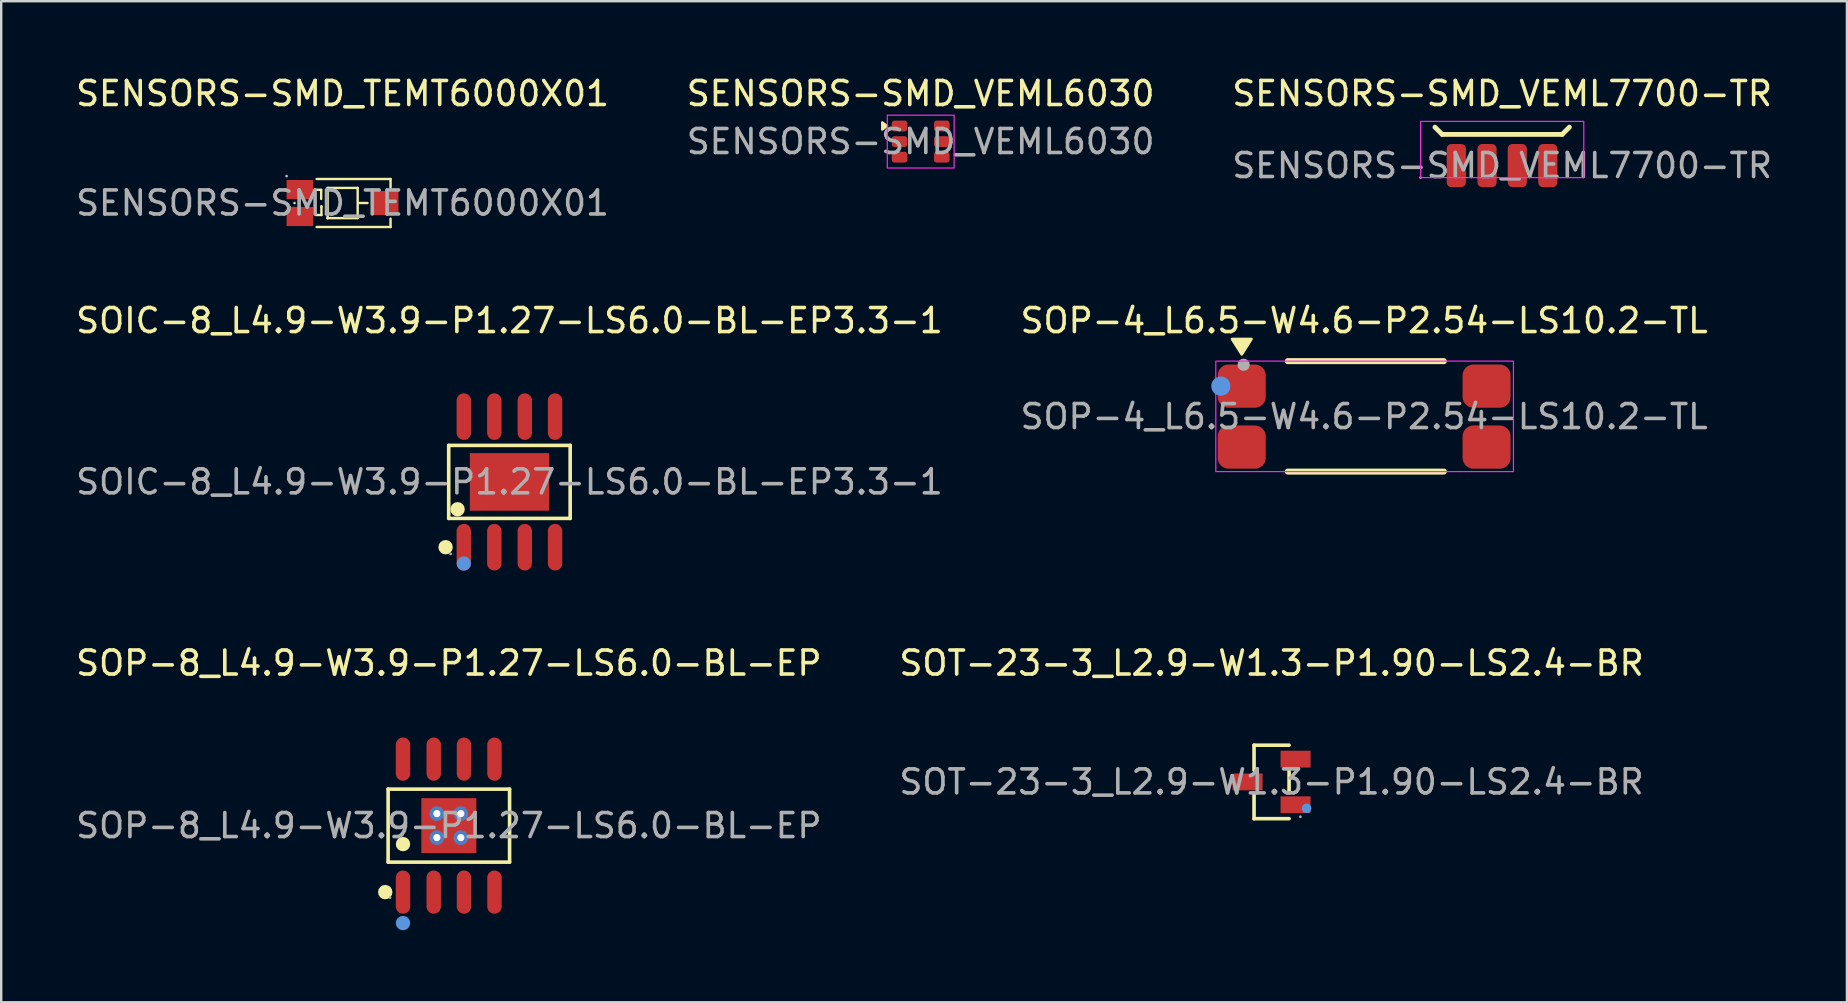
<source format=kicad_pcb>
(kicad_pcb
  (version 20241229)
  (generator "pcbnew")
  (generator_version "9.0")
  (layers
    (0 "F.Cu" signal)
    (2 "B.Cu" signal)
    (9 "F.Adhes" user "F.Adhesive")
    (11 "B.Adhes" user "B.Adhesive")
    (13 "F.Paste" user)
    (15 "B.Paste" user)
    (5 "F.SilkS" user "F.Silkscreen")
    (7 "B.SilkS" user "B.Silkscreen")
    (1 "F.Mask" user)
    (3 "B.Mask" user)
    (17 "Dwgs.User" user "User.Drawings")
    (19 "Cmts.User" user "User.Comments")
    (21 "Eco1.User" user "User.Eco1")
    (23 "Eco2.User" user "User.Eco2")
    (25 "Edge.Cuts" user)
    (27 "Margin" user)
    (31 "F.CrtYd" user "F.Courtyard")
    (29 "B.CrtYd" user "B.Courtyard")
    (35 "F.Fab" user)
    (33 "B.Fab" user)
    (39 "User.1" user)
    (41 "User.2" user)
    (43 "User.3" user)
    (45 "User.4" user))
  (footprint "SENSORS-SMD_VEML6030"
    (layer "F.Cu")
    (at 35.304 2.848)
    (property "Reference" "SENSORS-SMD_VEML6030" (at 0 -2 0) (layer "F.SilkS") (effects (font (size 1 1) (thickness 0.15))))
    (attr smd)
    (fp_poly (pts (xy -1.4 -0.65) (xy -1.6 -0.5) (xy -1.6 -0.8)) (stroke (width 0.1) (type solid)) (fill yes) (layer "F.SilkS"))
    (fp_rect (start -1.39 -1.1) (end 1.395 1.1) (stroke (width 0.05) (type default)) (fill no) (layer "F.CrtYd"))
    (fp_text user "${REFERENCE}" (at 0 0 0) (layer "F.Fab") (effects (font (size 1 1) (thickness 0.15))))
    (pad "1" smd roundrect (at -0.88 -0.65 180) (size 0.65 0.45) (layers "F.Cu" "F.Mask" "F.Paste") (roundrect_rratio 0.25))
    (pad "2" smd roundrect (at -0.88 0 180) (size 0.65 0.45) (layers "F.Cu" "F.Mask" "F.Paste") (roundrect_rratio 0.25))
    (pad "3" smd roundrect (at -0.88 0.65 180) (size 0.65 0.45) (layers "F.Cu" "F.Mask" "F.Paste") (roundrect_rratio 0.25))
    (pad "4" smd roundrect (at 0.88 0.65 180) (size 0.65 0.45) (layers "F.Cu" "F.Mask" "F.Paste") (roundrect_rratio 0.25))
    (pad "5" smd roundrect (at 0.88 0 180) (size 0.65 0.45) (layers "F.Cu" "F.Mask" "F.Paste") (roundrect_rratio 0.25))
    (pad "6" smd roundrect (at 0.88 -0.65 180) (size 0.65 0.45) (layers "F.Cu" "F.Mask" "F.Paste") (roundrect_rratio 0.25)))
  (footprint "SOP-8_L4.9-W3.9-P1.27-LS6.0-BL-EP"
    (layer "F.Cu")
    (at 15.649 31.345)
    (property "Reference" "SOP-8_L4.9-W3.9-P1.27-LS6.0-BL-EP" (at 0 -6.77 0) (layer "F.SilkS") (effects (font (size 1 1) (thickness 0.15))))
    (attr smd)
    (fp_line (start -2.53 -1.52) (end 2.53 -1.52) (stroke (width 0.15) (type solid)) (layer "F.SilkS"))
    (fp_line (start -2.53 1.52) (end -2.53 -1.52) (stroke (width 0.15) (type solid)) (layer "F.SilkS"))
    (fp_line (start 2.53 -1.52) (end 2.53 1.52) (stroke (width 0.15) (type solid)) (layer "F.SilkS"))
    (fp_line (start 2.53 1.52) (end -2.53 1.52) (stroke (width 0.15) (type solid)) (layer "F.SilkS"))
    (fp_circle (center -2.65 2.77) (end -2.5 2.77) (stroke (width 0.3) (type solid)) (fill no) (layer "F.SilkS"))
    (fp_circle (center -1.91 0.77) (end -1.76 0.77) (stroke (width 0.3) (type solid)) (fill no) (layer "F.SilkS"))
    (fp_circle (center -1.91 4.06) (end -1.76 4.06) (stroke (width 0.3) (type solid)) (fill no) (layer "Cmts.User"))
    (fp_circle (center -2.45 3) (end -2.42 3) (stroke (width 0.06) (type solid)) (fill no) (layer "F.Fab"))
    (fp_text user "${REFERENCE}" (at 0 0 0) (layer "F.Fab") (effects (font (size 1 1) (thickness 0.15))))
    (pad "" thru_hole circle (at -0.5 -0.5) (size 0.61 0.61) (drill 0.3) (layers "*.Cu" "*.Paste" "*.Mask"))
    (pad "" thru_hole circle (at -0.5 0.5) (size 0.61 0.61) (drill 0.3) (layers "*.Cu" "*.Paste" "*.Mask"))
    (pad "" thru_hole circle (at 0.5 -0.5) (size 0.61 0.61) (drill 0.3) (layers "*.Cu" "*.Paste" "*.Mask"))
    (pad "" thru_hole circle (at 0.5 0.5) (size 0.61 0.61) (drill 0.3) (layers "*.Cu" "*.Paste" "*.Mask"))
    (pad "1" smd oval (at -1.91 2.77) (size 0.6 1.8) (layers "F.Cu" "F.Mask" "F.Paste"))
    (pad "2" smd oval (at -0.63 2.77) (size 0.6 1.8) (layers "F.Cu" "F.Mask" "F.Paste"))
    (pad "3" smd oval (at 0.63 2.77) (size 0.6 1.8) (layers "F.Cu" "F.Mask" "F.Paste"))
    (pad "4" smd oval (at 1.9 2.77) (size 0.6 1.8) (layers "F.Cu" "F.Mask" "F.Paste"))
    (pad "5" smd oval (at 1.9 -2.77) (size 0.6 1.8) (layers "F.Cu" "F.Mask" "F.Paste"))
    (pad "6" smd oval (at 0.63 -2.77) (size 0.6 1.8) (layers "F.Cu" "F.Mask" "F.Paste"))
    (pad "7" smd oval (at -0.63 -2.77) (size 0.6 1.8) (layers "F.Cu" "F.Mask" "F.Paste"))
    (pad "8" smd oval (at -1.91 -2.77) (size 0.6 1.8) (layers "F.Cu" "F.Mask" "F.Paste"))
    (pad "9" smd rect (at 0 0) (size 2.29 2.29) (layers "F.Cu" "F.Mask" "F.Paste")))
  (footprint "SOIC-8_L4.9-W3.9-P1.27-LS6.0-BL-EP3.3-1"
    (layer "F.Cu")
    (at 18.173 17.026)
    (property "Reference" "SOIC-8_L4.9-W3.9-P1.27-LS6.0-BL-EP3.3-1" (at 0 -6.72 0) (layer "F.SilkS") (effects (font (size 1 1) (thickness 0.15))))
    (attr smd)
    (fp_line (start -2.53 -1.52) (end 2.53 -1.52) (stroke (width 0.15) (type solid)) (layer "F.SilkS"))
    (fp_line (start -2.53 1.52) (end -2.53 -1.52) (stroke (width 0.15) (type solid)) (layer "F.SilkS"))
    (fp_line (start 2.53 -1.52) (end 2.53 1.52) (stroke (width 0.15) (type solid)) (layer "F.SilkS"))
    (fp_line (start 2.53 1.52) (end -2.53 1.52) (stroke (width 0.15) (type solid)) (layer "F.SilkS"))
    (fp_circle (center -2.66 2.72) (end -2.51 2.72) (stroke (width 0.3) (type solid)) (fill no) (layer "F.SilkS"))
    (fp_circle (center -2.16 1.14) (end -2.01 1.14) (stroke (width 0.3) (type solid)) (fill no) (layer "F.SilkS"))
    (fp_circle (center -1.9 3.4) (end -1.75 3.4) (stroke (width 0.3) (type solid)) (fill no) (layer "Cmts.User"))
    (fp_circle (center -2.45 3) (end -2.42 3) (stroke (width 0.06) (type solid)) (fill no) (layer "F.Fab"))
    (fp_text user "${REFERENCE}" (at 0 0 0) (layer "F.Fab") (effects (font (size 1 1) (thickness 0.15))))
    (pad "1" smd oval (at -1.9 2.72) (size 0.6 1.94) (layers "F.Cu" "F.Mask" "F.Paste"))
    (pad "2" smd oval (at -0.63 2.72) (size 0.6 1.94) (layers "F.Cu" "F.Mask" "F.Paste"))
    (pad "3" smd oval (at 0.64 2.72) (size 0.6 1.94) (layers "F.Cu" "F.Mask" "F.Paste"))
    (pad "4" smd oval (at 1.9 2.72) (size 0.6 1.94) (layers "F.Cu" "F.Mask" "F.Paste"))
    (pad "5" smd oval (at 1.9 -2.72) (size 0.6 1.94) (layers "F.Cu" "F.Mask" "F.Paste"))
    (pad "6" smd oval (at 0.64 -2.72) (size 0.6 1.94) (layers "F.Cu" "F.Mask" "F.Paste"))
    (pad "7" smd oval (at -0.63 -2.72) (size 0.6 1.94) (layers "F.Cu" "F.Mask" "F.Paste"))
    (pad "8" smd oval (at -1.9 -2.72) (size 0.6 1.94) (layers "F.Cu" "F.Mask" "F.Paste"))
    (pad "9" smd rect (at 0 0) (size 3.3 2.4) (layers "F.Cu" "F.Mask" "F.Paste")))
  (footprint "SENSORS-SMD_TEMT6000X01"
    (layer "F.Cu")
    (at 11.22 5.408)
    (property "Reference" "SENSORS-SMD_TEMT6000X01" (at 0 -4.56 0) (layer "F.SilkS") (effects (font (size 1 1) (thickness 0.15))))
    (attr smd)
    (fp_line (start -2 0) (end -2 0) (stroke (width 0.1) (type solid)) (layer "F.SilkS"))
    (fp_line (start -1.12 -0.55) (end -0.89 -0.55) (stroke (width 0.1) (type solid)) (layer "F.SilkS"))
    (fp_line (start -1.12 0.5) (end -0.88 0.5) (stroke (width 0.1) (type solid)) (layer "F.SilkS"))
    (fp_line (start -1.08 -1) (end 2 -1) (stroke (width 0.1) (type solid)) (layer "F.SilkS"))
    (fp_line (start -0.89 -0.55) (end -0.89 -0.17) (stroke (width 0.1) (type solid)) (layer "F.SilkS"))
    (fp_line (start -0.88 0.14) (end -0.88 0.15) (stroke (width 0.1) (type solid)) (layer "F.SilkS"))
    (fp_line (start -0.88 0.5) (end -0.88 0.14) (stroke (width 0.1) (type solid)) (layer "F.SilkS"))
    (fp_line (start -0.62 -0.62) (end -0.62 0.63) (stroke (width 0.1) (type solid)) (layer "F.SilkS"))
    (fp_line (start -0.62 0.63) (end -0.62 0.63) (stroke (width 0.1) (type solid)) (layer "F.SilkS"))
    (fp_line (start -0.62 0.63) (end 0.63 0.63) (stroke (width 0.1) (type solid)) (layer "F.SilkS"))
    (fp_line (start -0.61 -0.63) (end -0.62 -0.62) (stroke (width 0.1) (type solid)) (layer "F.SilkS"))
    (fp_line (start 0.63 -0.63) (end -0.61 -0.63) (stroke (width 0.1) (type solid)) (layer "F.SilkS"))
    (fp_line (start 0.63 0.63) (end 0.63 -0.63) (stroke (width 0.1) (type solid)) (layer "F.SilkS"))
    (fp_line (start 0.66 0) (end 1.04 0) (stroke (width 0.1) (type solid)) (layer "F.SilkS"))
    (fp_line (start 2 -1) (end 2 -0.65) (stroke (width 0.1) (type solid)) (layer "F.SilkS"))
    (fp_line (start 2 0.65) (end 2 1) (stroke (width 0.1) (type solid)) (layer "F.SilkS"))
    (fp_line (start 2 1) (end -1.08 1) (stroke (width 0.1) (type solid)) (layer "F.SilkS"))
    (fp_circle (center -2.33 -1.12) (end -2.3 -1.12) (stroke (width 0.06) (type solid)) (fill no) (layer "F.Fab"))
    (fp_text user "${REFERENCE}" (at 0 0 0) (layer "F.Fab") (effects (font (size 1 1) (thickness 0.15))))
    (pad "1" smd rect (at -1.78 -0.56) (size 1.1 0.8) (layers "F.Cu" "F.Mask" "F.Paste"))
    (pad "2" smd rect (at -1.78 0.56) (size 1.1 0.8) (layers "F.Cu" "F.Mask" "F.Paste"))
    (pad "3" smd rect (at 1.78 0) (size 1.1 1) (layers "F.Cu" "F.Mask" "F.Paste")))
  (footprint "SOT-23-3_L2.9-W1.3-P1.90-LS2.4-BR"
    (layer "F.Cu")
    (at 49.923 29.525)
    (property "Reference" "SOT-23-3_L2.9-W1.3-P1.90-LS2.4-BR" (at 0 -4.95 0) (layer "F.SilkS") (effects (font (size 1 1) (thickness 0.15))))
    (attr smd)
    (fp_line (start -0.73 -1.53) (end -0.73 -0.49) (stroke (width 0.15) (type solid)) (layer "F.SilkS"))
    (fp_line (start -0.73 1.53) (end -0.73 0.49) (stroke (width 0.15) (type solid)) (layer "F.SilkS"))
    (fp_line (start 0.73 -1.53) (end -0.73 -1.53) (stroke (width 0.15) (type solid)) (layer "F.SilkS"))
    (fp_line (start 0.73 -0.46) (end 0.73 0.46) (stroke (width 0.15) (type solid)) (layer "F.SilkS"))
    (fp_line (start 0.73 1.53) (end -0.73 1.53) (stroke (width 0.15) (type solid)) (layer "F.SilkS"))
    (fp_circle (center 1.46 1.1) (end 1.56 1.1) (stroke (width 0.2) (type solid)) (fill no) (layer "Cmts.User"))
    (fp_circle (center 1.2 1.45) (end 1.23 1.45) (stroke (width 0.06) (type solid)) (fill no) (layer "F.Fab"))
    (fp_text user "${REFERENCE}" (at 0 0 0) (layer "F.Fab") (effects (font (size 1 1) (thickness 0.15))))
    (pad "1" smd rect (at 1 0.95) (size 1.25 0.7) (layers "F.Cu" "F.Mask" "F.Paste"))
    (pad "2" smd rect (at 1 -0.95) (size 1.25 0.7) (layers "F.Cu" "F.Mask" "F.Paste"))
    (pad "3" smd rect (at -1 0) (size 1.25 0.7) (layers "F.Cu" "F.Mask" "F.Paste")))
  (footprint "SENSORS-SMD_VEML7700-TR"
    (layer "F.Cu")
    (at 59.53 3.848)
    (property "Reference" "SENSORS-SMD_VEML7700-TR" (at 0 -3 0) (layer "F.SilkS") (effects (font (size 1 1) (thickness 0.15))))
    (attr smd)
    (fp_line (start -2.5 -1.3) (end -2.8 -1.6) (stroke (width 0.2) (type default)) (layer "F.SilkS"))
    (fp_line (start -2.5 -1.3) (end 2.5 -1.3) (stroke (width 0.2) (type solid)) (layer "F.SilkS"))
    (fp_line (start 2.5 -1.3) (end 2.8 -1.6) (stroke (width 0.2) (type default)) (layer "F.SilkS"))
    (fp_rect (start -3.4 -1.84) (end 3.4 0.5) (stroke (width 0.05) (type default)) (fill no) (layer "F.CrtYd"))
    (fp_circle (center -3.4 0.5) (end -3.37 0.5) (stroke (width 0.06) (type solid)) (fill no) (layer "F.Fab"))
    (fp_text user "${REFERENCE}" (at 0 0 0) (layer "F.Fab") (effects (font (size 1 1) (thickness 0.15))))
    (pad "1" smd roundrect (at 1.9 0) (size 0.8 1.8) (layers "F.Cu" "F.Mask" "F.Paste") (roundrect_rratio 0.25))
    (pad "2" smd roundrect (at 0.63 0) (size 0.8 1.8) (layers "F.Cu" "F.Mask" "F.Paste") (roundrect_rratio 0.25))
    (pad "3" smd roundrect (at -0.63 0) (size 0.8 1.8) (layers "F.Cu" "F.Mask" "F.Paste") (roundrect_rratio 0.25))
    (pad "4" smd roundrect (at -1.91 0) (size 0.8 1.8) (layers "F.Cu" "F.Mask" "F.Paste") (roundrect_rratio 0.25)))
  (footprint "SOP-4_L6.5-W4.6-P2.54-LS10.2-TL"
    (layer "F.Cu")
    (at 53.78 14.306)
    (property "Reference" "SOP-4_L6.5-W4.6-P2.54-LS10.2-TL" (at 0 -4 0) (layer "F.SilkS") (effects (font (size 1 1) (thickness 0.15))))
    (attr smd)
    (fp_line (start -3.18 -2.31) (end 3.32 -2.31) (stroke (width 0.25) (type solid)) (layer "F.SilkS"))
    (fp_line (start 3.32 2.29) (end -3.18 2.29) (stroke (width 0.25) (type solid)) (layer "F.SilkS"))
    (fp_poly (pts (xy -5.1 -2.6) (xy -5.5 -3.23) (xy -4.7 -3.23) (xy -5.1 -2.6)) (stroke (width 0.12) (type solid)) (fill yes) (layer "F.SilkS"))
    (fp_circle (center -5.97 -1.27) (end -5.77 -1.27) (stroke (width 0.4) (type solid)) (fill no) (layer "Cmts.User"))
    (fp_rect (start -6.18 -2.31) (end 6.22 2.29) (stroke (width 0.05) (type default)) (fill no) (layer "F.CrtYd"))
    (fp_circle (center -5.02 -2.16) (end -4.89 -2.16) (stroke (width 0.25) (type solid)) (fill no) (layer "F.Fab"))
    (fp_text user "${REFERENCE}" (at 0 0 0) (layer "F.Fab") (effects (font (size 1 1) (thickness 0.15))))
    (pad "1" smd roundrect (at -5.1 -1.27 270) (size 1.8 2) (layers "F.Cu" "F.Mask" "F.Paste") (roundrect_rratio 0.25))
    (pad "2" smd roundrect (at -5.1 1.27 270) (size 1.8 2) (layers "F.Cu" "F.Mask" "F.Paste") (roundrect_rratio 0.25))
    (pad "3" smd roundrect (at 5.1 1.27 270) (size 1.8 2) (layers "F.Cu" "F.Mask" "F.Paste") (roundrect_rratio 0.25))
    (pad "4" smd roundrect (at 5.1 -1.27 270) (size 1.8 2) (layers "F.Cu" "F.Mask" "F.Paste") (roundrect_rratio 0.25)))
  (gr_rect
    (start -3 -3)
    (end 73.893 38.705)
    (stroke (width 0.1) (type default))
    (fill no)
    (layer "Edge.Cuts")))
</source>
